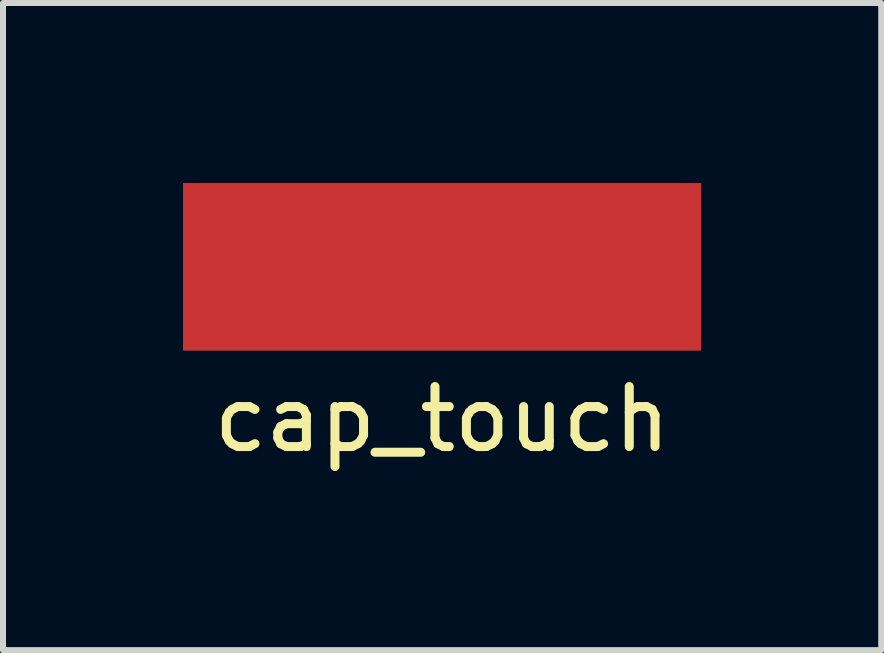
<source format=kicad_pcb>
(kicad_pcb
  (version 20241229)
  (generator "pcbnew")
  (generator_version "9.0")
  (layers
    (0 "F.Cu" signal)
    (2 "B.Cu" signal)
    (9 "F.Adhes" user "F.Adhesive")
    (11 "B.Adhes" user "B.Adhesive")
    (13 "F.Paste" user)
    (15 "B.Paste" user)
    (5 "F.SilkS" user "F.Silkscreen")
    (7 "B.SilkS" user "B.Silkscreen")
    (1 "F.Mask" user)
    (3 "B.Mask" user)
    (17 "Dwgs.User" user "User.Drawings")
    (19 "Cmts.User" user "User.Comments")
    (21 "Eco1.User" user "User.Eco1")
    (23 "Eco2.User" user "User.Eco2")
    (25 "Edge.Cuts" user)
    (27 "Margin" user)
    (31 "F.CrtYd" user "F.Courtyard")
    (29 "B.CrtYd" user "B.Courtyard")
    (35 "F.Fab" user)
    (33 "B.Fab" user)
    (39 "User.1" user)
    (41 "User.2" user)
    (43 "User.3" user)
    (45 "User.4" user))
  (footprint "cap_touch"
    (layer "F.Cu")
    (at 4.318 1.397)
    (property "Reference" "cap_touch" (at 0 2.54 0) (layer "F.SilkS") (effects (font (size 1 1) (thickness 0.15))))
    (attr through_hole)
    (pad "1" smd rect (at 0 0) (size 8.636 2.794) (layers "F.Cu" "F.Mask" "F.Paste")))
  (gr_rect
    (start -3 -3)
    (end 11.636 7.785)
    (stroke (width 0.1) (type default))
    (fill no)
    (layer "Edge.Cuts")))
</source>
